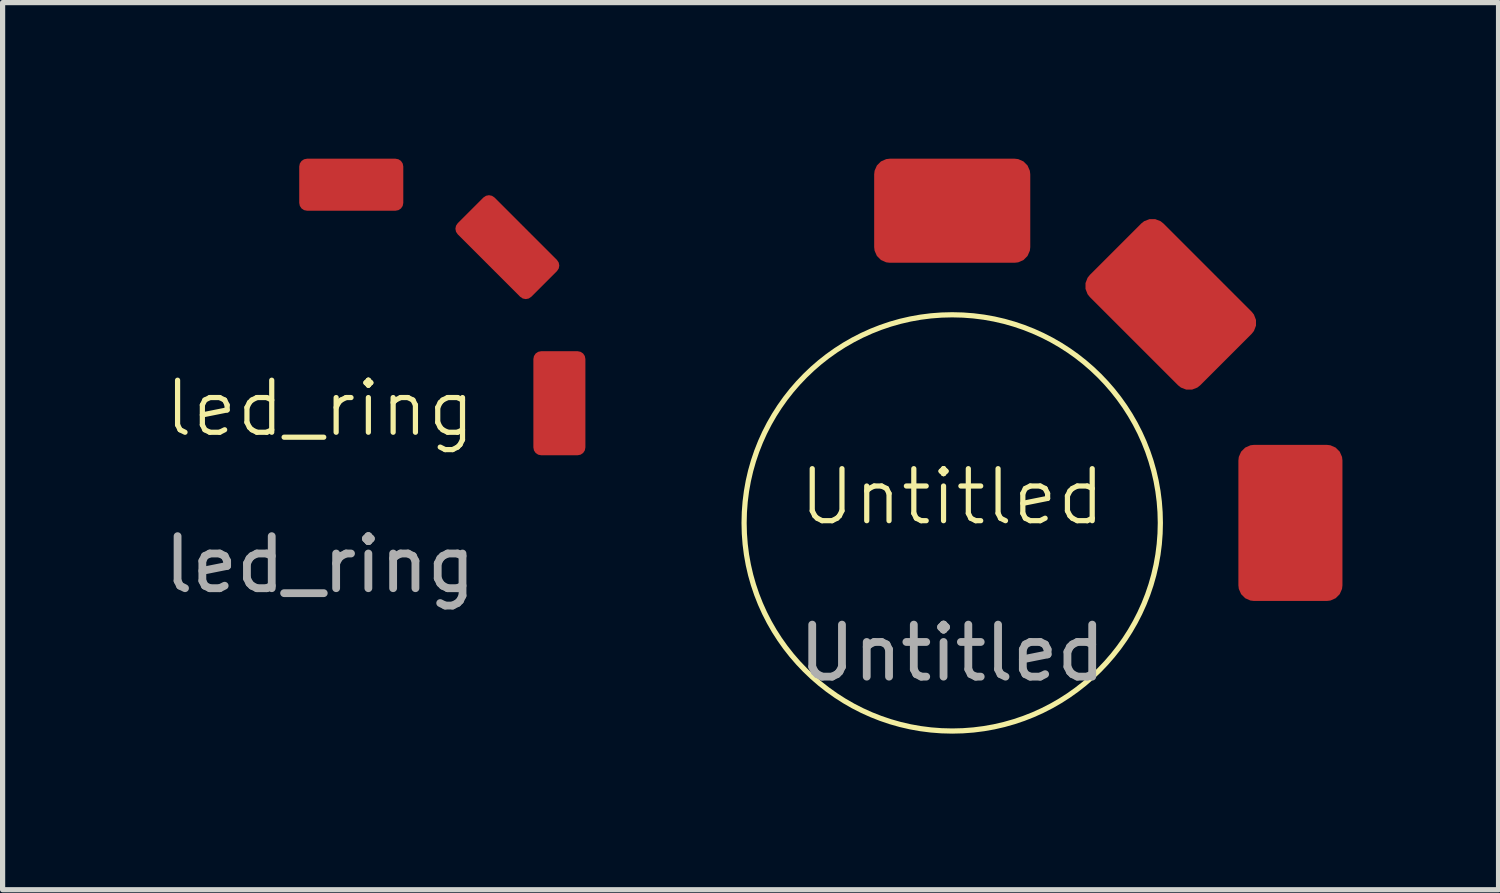
<source format=kicad_pcb>
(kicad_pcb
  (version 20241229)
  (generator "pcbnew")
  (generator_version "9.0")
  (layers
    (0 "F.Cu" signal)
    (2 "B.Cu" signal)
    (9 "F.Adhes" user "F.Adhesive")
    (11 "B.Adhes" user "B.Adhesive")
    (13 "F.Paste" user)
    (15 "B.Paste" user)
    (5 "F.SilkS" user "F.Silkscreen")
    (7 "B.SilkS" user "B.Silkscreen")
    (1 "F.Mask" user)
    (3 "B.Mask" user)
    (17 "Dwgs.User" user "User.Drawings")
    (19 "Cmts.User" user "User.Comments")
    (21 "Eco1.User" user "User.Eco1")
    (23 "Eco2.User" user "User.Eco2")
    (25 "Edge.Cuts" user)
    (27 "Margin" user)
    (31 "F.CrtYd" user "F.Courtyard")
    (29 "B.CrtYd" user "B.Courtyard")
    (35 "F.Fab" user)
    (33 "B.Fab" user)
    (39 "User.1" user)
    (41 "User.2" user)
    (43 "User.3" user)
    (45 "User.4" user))
  (footprint "Untitled"
    (layer "F.Cu")
    (at 15.251 7)
    (property "Reference" "Untitled" (at 0 -0.5 0) (unlocked yes) (layer "F.SilkS") (effects (font (size 1 1) (thickness 0.1))))
    (attr smd)
    (fp_circle (center 0 0) (end 4 0) (stroke (width 0.1) (type solid)) (fill no) (layer "F.SilkS"))
    (fp_text user "${REFERENCE}" (at 0 2.5 0) (unlocked yes) (layer "F.Fab") (effects (font (size 1 1) (thickness 0.15))))
    (pad "1" smd roundrect (at 0 -6 90) (size 2 3) (layers "F.Cu" "F.Mask" "F.Paste") (roundrect_rratio 0.15))
    (pad "1" smd roundrect (at 4.2 -4.2 45) (size 2 3) (layers "F.Cu" "F.Mask" "F.Paste") (roundrect_rratio 0.15))
    (pad "1" smd roundrect (at 6.5 0 180) (size 2 3) (layers "F.Cu" "F.Mask" "F.Paste") (roundrect_rratio 0.15)))
  (footprint "led_ring"
    (layer "F.Cu")
    (at 3.101 5.3)
    (property "Reference" "led_ring" (at 0 -0.5 0) (unlocked yes) (layer "F.SilkS") (effects (font (size 1 1) (thickness 0.1))))
    (attr smd)
    (fp_text user "${REFERENCE}" (at 0 2.5 0) (unlocked yes) (layer "F.Fab") (effects (font (size 1 1) (thickness 0.15))))
    (pad "1" smd roundrect (at 0.6 -4.8 90) (size 1 2) (layers "F.Cu" "F.Mask" "F.Paste") (roundrect_rratio 0.15))
    (pad "2" smd roundrect (at 3.6 -3.6 45) (size 1 2) (layers "F.Cu" "F.Mask" "F.Paste") (roundrect_rratio 0.15))
    (pad "3" smd roundrect (at 4.6 -0.6) (size 1 2) (layers "F.Cu" "F.Mask" "F.Paste") (roundrect_rratio 0.15)))
  (gr_rect
    (start -3 -3)
    (end 25.751 14.05)
    (stroke (width 0.1) (type default))
    (fill no)
    (layer "Edge.Cuts")))
</source>
